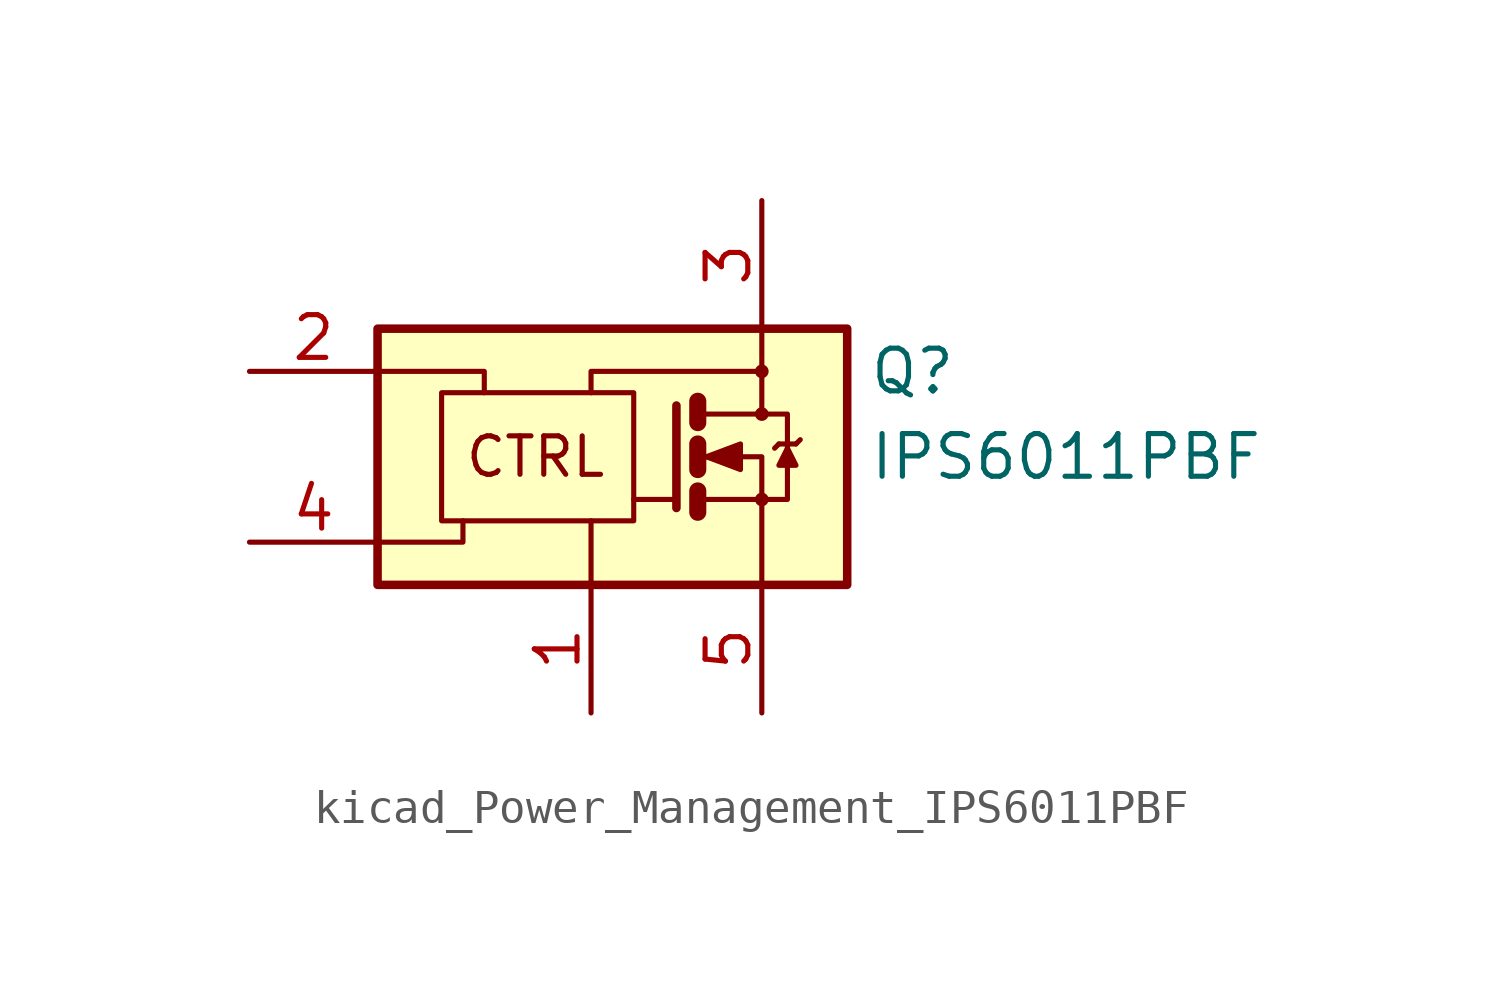
<source format=kicad_sym>
(kicad_symbol_lib
  (version 20220914)
  (generator kicad_symbol_editor)
  (symbol "kicad_Power_Management_IPS6011PBF"
    (pin_names
      (offset 0) hide)
    (property "Reference" "Q"
      (at 8.255 2.54 0)
      (effects (font (size 1.27 1.27)) (justify left)))
    (property "Value" "IPS6011PBF"
      (at 8.255 0 0)
      (effects (font (size 1.27 1.27)) (justify left)))
    (symbol "kicad_Power_Management_IPS6011PBF_0_0"
      (rectangle (start -6.35 3.81) (end 7.62 -3.81) (stroke (width 0.254) (type default)) (fill (type background)))
      (polyline (pts (xy 0 -3.81) (xy 0 -1.905)) (stroke (width 0) (type default)) (fill (type none)))
      (polyline (pts (xy -6.35 -2.54) (xy -3.81 -2.54) (xy -3.81 -1.905)) (stroke (width 0) (type default)) (fill (type none)))
      (polyline (pts (xy -6.35 2.54) (xy -3.175 2.54) (xy -3.175 1.905)) (stroke (width 0) (type default)) (fill (type none)))
      (polyline (pts (xy 0 1.905) (xy 0 2.54) (xy 5.08 2.54)) (stroke (width 0) (type default)) (fill (type none)))
      (circle (center 5.08 2.54) (radius 0.127) (stroke (width 0) (type default)) (fill (type none)))
      (text "CTRL" (at -1.651 0 0) (effects (font (size 1.143 1.143)))))
    (symbol "kicad_Power_Management_IPS6011PBF_0_1"
      (rectangle (start -4.445 1.905) (end 1.27 -1.905) (stroke (width 0) (type default)) (fill (type none)))
      (polyline (pts (xy 2.54 -1.27) (xy 1.27 -1.27)) (stroke (width 0) (type default)) (fill (type none)))
      (polyline (pts (xy 3.175 -1.016) (xy 3.175 -1.651)) (stroke (width 0.508) (type default)) (fill (type none)))
      (polyline (pts (xy 3.175 0.381) (xy 3.175 -0.381)) (stroke (width 0.508) (type default)) (fill (type none)))
      (polyline (pts (xy 3.175 1.651) (xy 3.175 1.016)) (stroke (width 0.508) (type default)) (fill (type none)))
      (polyline (pts (xy 3.302 -1.27) (xy 5.08 -1.27)) (stroke (width 0) (type default)) (fill (type none)))
      (polyline (pts (xy 5.588 0.381) (xy 5.461 0.254)) (stroke (width 0) (type default)) (fill (type none)))
      (polyline (pts (xy 5.588 0.381) (xy 6.096 0.381)) (stroke (width 0) (type default)) (fill (type none)))
      (polyline (pts (xy 6.096 0.381) (xy 6.223 0.508)) (stroke (width 0) (type default)) (fill (type none)))
      (polyline (pts (xy 2.54 1.524) (xy 2.54 -1.524) (xy 2.54 -1.524)) (stroke (width 0.254) (type default)) (fill (type none)))
      (polyline (pts (xy 3.302 0) (xy 5.08 0) (xy 5.08 -3.81)) (stroke (width 0) (type default)) (fill (type none)))
      (polyline (pts (xy 3.302 1.27) (xy 5.08 1.27) (xy 5.08 3.81)) (stroke (width 0) (type default)) (fill (type none)))
      (polyline (pts (xy 5.08 -1.27) (xy 5.842 -1.27) (xy 5.842 1.27) (xy 5.08 1.27)) (stroke (width 0) (type default)) (fill (type none)))
      (polyline (pts (xy 5.842 0.254) (xy 5.588 -0.254) (xy 6.096 -0.254) (xy 5.842 0.254)) (stroke (width 0) (type default)) (fill (type outline)))
      (polyline (pts (xy 3.429 0) (xy 4.445 0.381) (xy 4.445 -0.381) (xy 3.429 0) (xy 3.556 0) (xy 3.556 0)) (stroke (width 0) (type default)) (fill (type outline)))
      (circle (center 5.08 -1.27) (radius 0.127) (stroke (width 0) (type default)) (fill (type none)))
      (circle (center 5.08 1.27) (radius 0.127) (stroke (width 0) (type default)) (fill (type none))))
    (symbol "kicad_Power_Management_IPS6011PBF_1_1"
      (pin power_in line (at 0 -7.62 90) (length 3.81) (name "GND" (effects (font (size 1.27 1.27)))) (number "1" (effects (font (size 1.27 1.27)))))
      (pin input line (at -10.16 2.54 0) (length 3.81) (name "IN" (effects (font (size 1.27 1.27)))) (number "2" (effects (font (size 1.27 1.27)))))
      (pin power_in line (at 5.08 7.62 270) (length 3.81) (name "VCC" (effects (font (size 1.27 1.27)))) (number "3" (effects (font (size 1.27 1.27)))))
      (pin bidirectional line (at -10.16 -2.54 0) (length 3.81) (name "DG" (effects (font (size 1.27 1.27)))) (number "4" (effects (font (size 1.27 1.27)))))
      (pin output line (at 5.08 -7.62 90) (length 3.81) (name "OUT" (effects (font (size 1.27 1.27)))) (number "5" (effects (font (size 1.27 1.27))))))))
</source>
